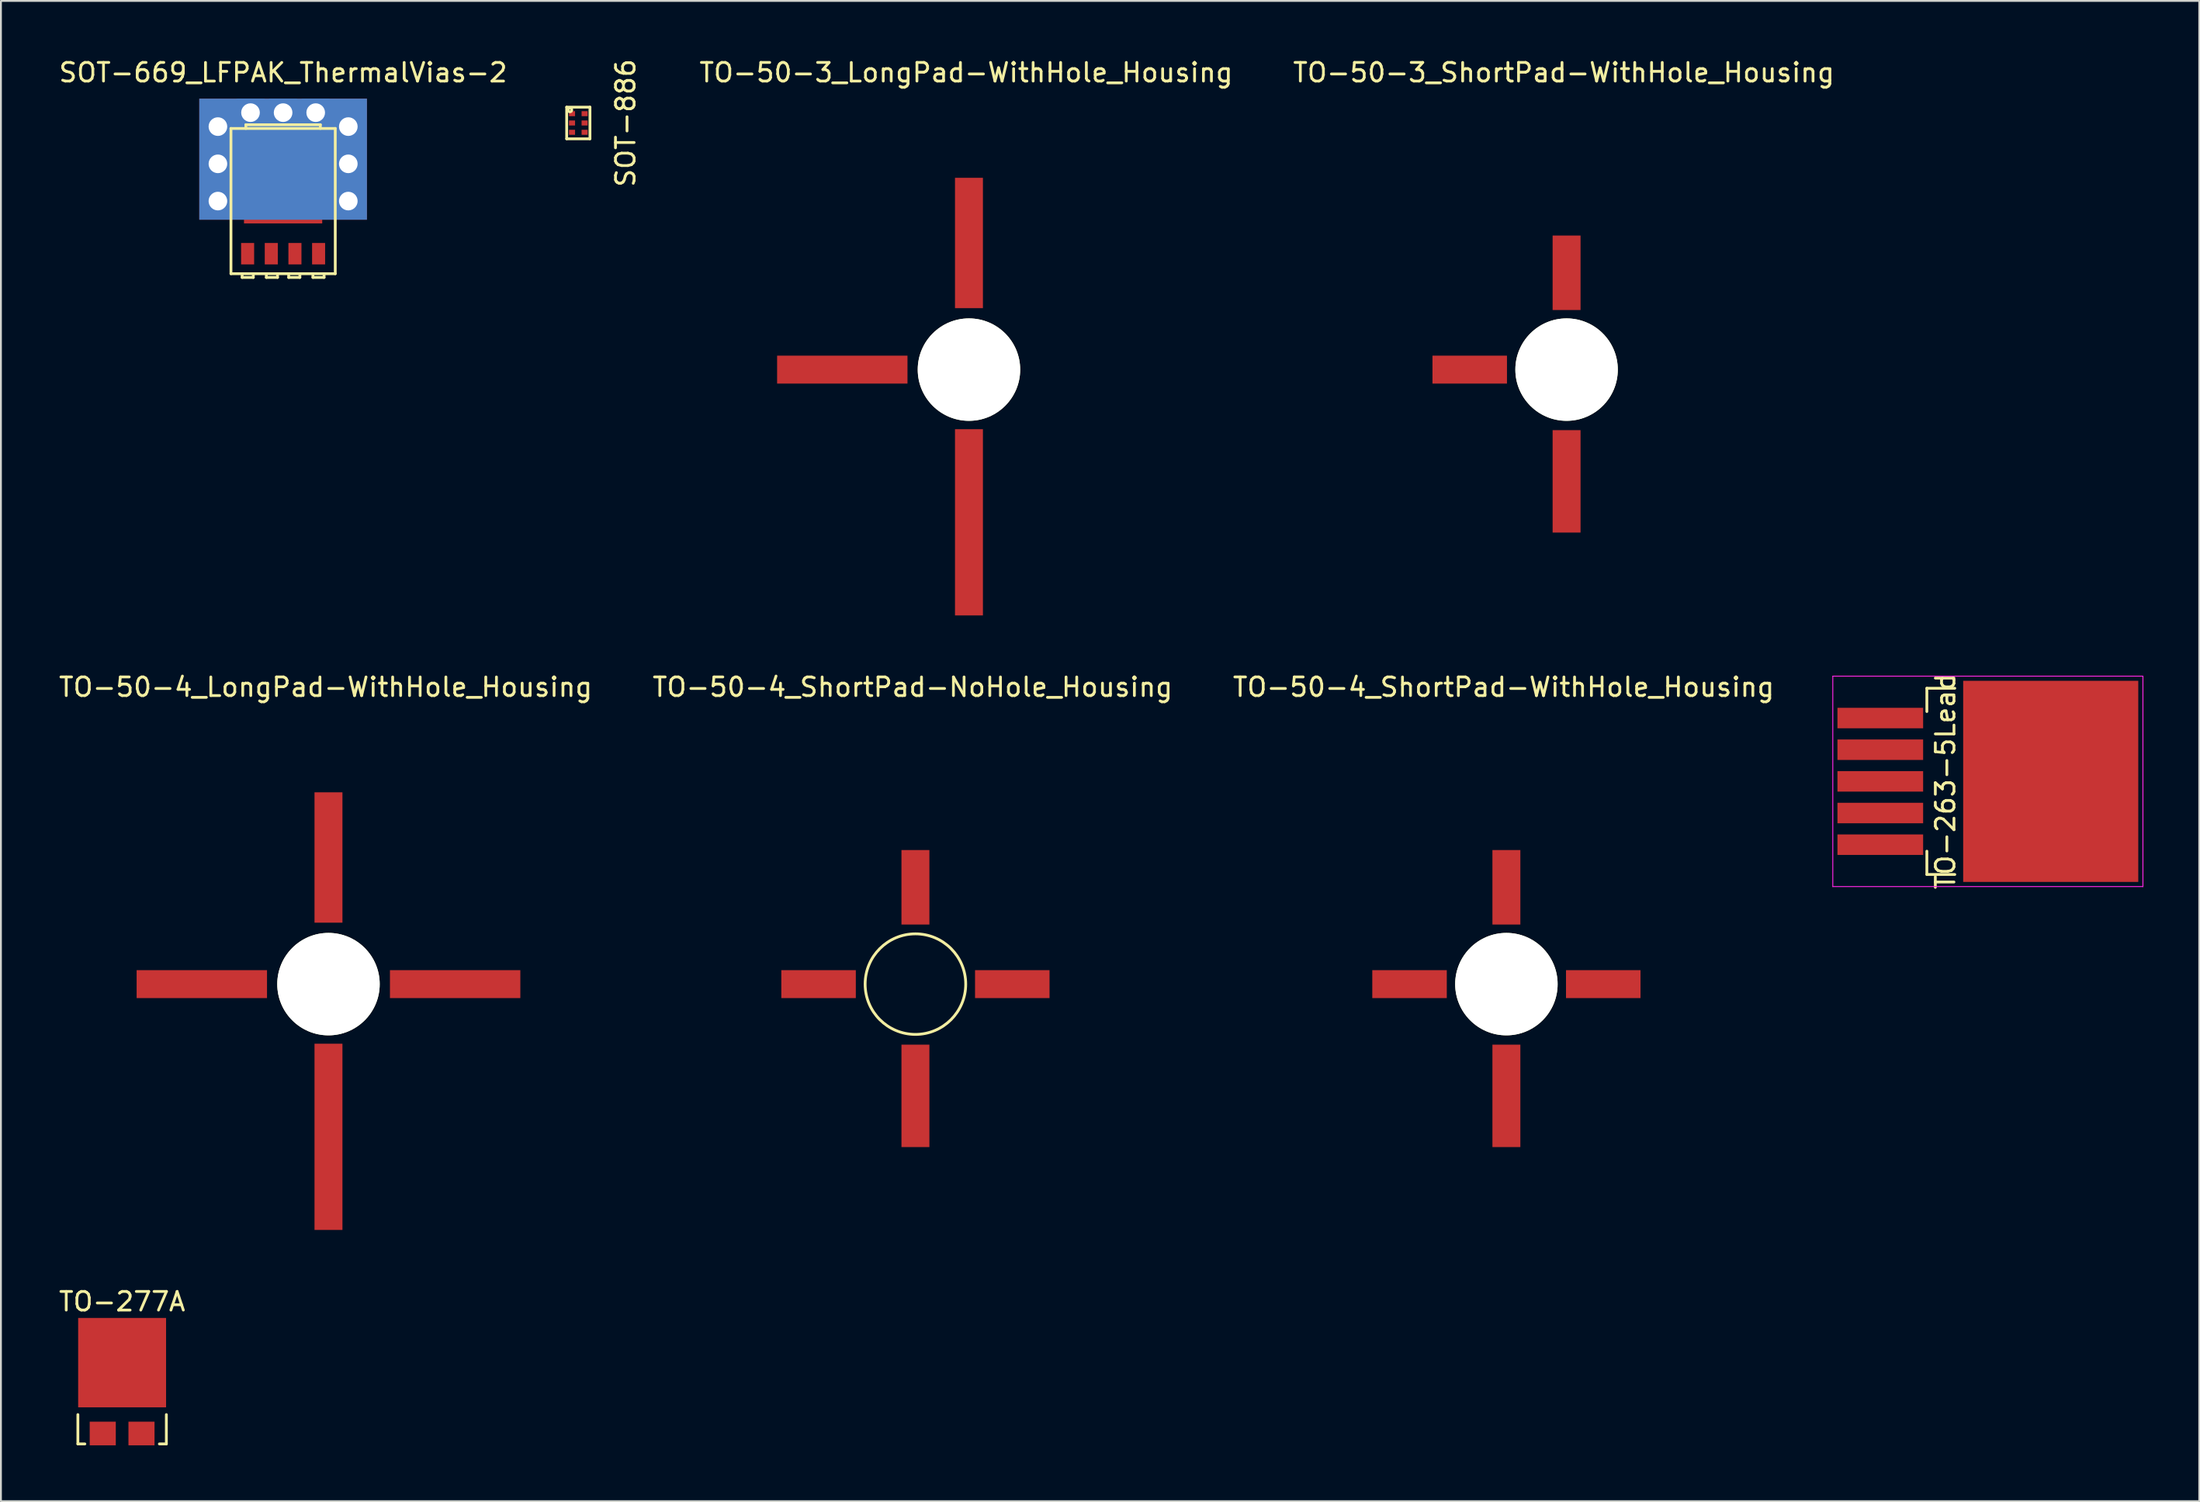
<source format=kicad_pcb>
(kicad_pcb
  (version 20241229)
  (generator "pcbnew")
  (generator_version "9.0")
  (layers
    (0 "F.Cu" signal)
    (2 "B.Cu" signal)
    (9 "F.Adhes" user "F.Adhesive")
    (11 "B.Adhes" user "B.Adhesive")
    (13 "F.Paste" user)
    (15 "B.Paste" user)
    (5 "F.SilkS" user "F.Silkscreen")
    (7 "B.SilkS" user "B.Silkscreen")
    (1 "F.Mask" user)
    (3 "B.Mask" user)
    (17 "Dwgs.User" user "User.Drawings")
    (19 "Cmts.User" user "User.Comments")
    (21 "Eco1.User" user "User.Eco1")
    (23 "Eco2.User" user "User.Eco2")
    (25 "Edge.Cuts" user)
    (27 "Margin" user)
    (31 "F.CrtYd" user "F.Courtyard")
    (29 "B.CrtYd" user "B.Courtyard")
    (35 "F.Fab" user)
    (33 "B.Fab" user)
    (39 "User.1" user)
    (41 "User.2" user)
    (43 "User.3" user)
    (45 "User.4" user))
  (footprint "TO-50-3_LongPad-WithHole_Housing"
    (layer "F.Cu")
    (at 48.97 16.798)
    (property "Reference" "TO-50-3_LongPad-WithHole_Housing" (at -0.15 -15.95 0) (layer "F.SilkS") (effects (font (size 1 1) (thickness 0.15))))
    (attr smd)
    (pad "" np_thru_hole circle (at 0 0) (size 5.5 5.5) (drill 5.5) (layers "*.Cu" "*.Mask" "F.SilkS"))
    (pad "1" smd rect (at 0 -6.8) (size 1.5 7) (layers "F.Cu" "F.Mask" "F.Paste"))
    (pad "2" smd rect (at -6.8 0) (size 7 1.5) (layers "F.Cu" "F.Mask" "F.Paste"))
    (pad "3" smd rect (at 0 8.2) (size 1.5 10) (layers "F.Cu" "F.Mask" "F.Paste")))
  (footprint "TO-50-3_ShortPad-WithHole_Housing"
    (layer "F.Cu")
    (at 81.054 16.798)
    (property "Reference" "TO-50-3_ShortPad-WithHole_Housing" (at -0.15 -15.95 0) (layer "F.SilkS") (effects (font (size 1 1) (thickness 0.15))))
    (attr smd)
    (pad "" np_thru_hole circle (at 0 0) (size 5.5 5.5) (drill 5.5) (layers "*.Cu" "*.Mask" "F.SilkS"))
    (pad "1" smd rect (at 0 -5.2) (size 1.5 4) (layers "F.Cu" "F.Mask" "F.Paste"))
    (pad "2" smd rect (at -5.2 0) (size 4 1.5) (layers "F.Cu" "F.Mask" "F.Paste"))
    (pad "3" smd rect (at 0 6) (size 1.5 5.5) (layers "F.Cu" "F.Mask" "F.Paste")))
  (footprint "SOT-669_LFPAK_ThermalVias-2"
    (layer "F.Cu")
    (at 12.149 7.748)
    (property "Reference" "SOT-669_LFPAK_ThermalVias-2" (at 0 -6.9 0) (layer "F.SilkS") (effects (font (size 1 1) (thickness 0.15))))
    (attr smd)
    (fp_line (start -2.8 -3.9) (end 2.8 -3.9) (stroke (width 0.15) (type solid)) (layer "F.SilkS"))
    (fp_line (start -2.8 3.9) (end -2.8 -3.9) (stroke (width 0.15) (type solid)) (layer "F.SilkS"))
    (fp_line (start -2.2 3.9) (end -2.2 4.1) (stroke (width 0.15) (type solid)) (layer "F.SilkS"))
    (fp_line (start -2.2 4.1) (end -1.6 4.1) (stroke (width 0.15) (type solid)) (layer "F.SilkS"))
    (fp_line (start -2 -4.1) (end 2 -4.1) (stroke (width 0.15) (type solid)) (layer "F.SilkS"))
    (fp_line (start -2 -3.9) (end -2 -4.1) (stroke (width 0.15) (type solid)) (layer "F.SilkS"))
    (fp_line (start -1.6 4.1) (end -1.6 3.9) (stroke (width 0.15) (type solid)) (layer "F.SilkS"))
    (fp_line (start -0.9 3.9) (end -0.9 4.1) (stroke (width 0.15) (type solid)) (layer "F.SilkS"))
    (fp_line (start -0.9 4.1) (end -0.3 4.1) (stroke (width 0.15) (type solid)) (layer "F.SilkS"))
    (fp_line (start -0.3 4.1) (end -0.3 3.9) (stroke (width 0.15) (type solid)) (layer "F.SilkS"))
    (fp_line (start 0.3 3.9) (end 0.3 4.1) (stroke (width 0.15) (type solid)) (layer "F.SilkS"))
    (fp_line (start 0.3 4.1) (end 0.9 4.1) (stroke (width 0.15) (type solid)) (layer "F.SilkS"))
    (fp_line (start 0.9 4.1) (end 0.9 3.9) (stroke (width 0.15) (type solid)) (layer "F.SilkS"))
    (fp_line (start 1.6 3.9) (end 1.6 4.1) (stroke (width 0.15) (type solid)) (layer "F.SilkS"))
    (fp_line (start 1.6 4.1) (end 2.2 4.1) (stroke (width 0.15) (type solid)) (layer "F.SilkS"))
    (fp_line (start 2 -4.1) (end 2 -3.9) (stroke (width 0.15) (type solid)) (layer "F.SilkS"))
    (fp_line (start 2.2 4.1) (end 2.2 3.9) (stroke (width 0.15) (type solid)) (layer "F.SilkS"))
    (fp_line (start 2.8 -3.9) (end 2.8 3.9) (stroke (width 0.15) (type solid)) (layer "F.SilkS"))
    (fp_line (start 2.8 3.9) (end -2.8 3.9) (stroke (width 0.15) (type solid)) (layer "F.SilkS"))
    (pad "" smd rect (at -1.875 -2.9) (size 0.6 0.9) (layers "F.Paste"))
    (pad "" smd rect (at -1.15 -1.05 90) (size 0.6 0.9) (layers "F.Paste"))
    (pad "" smd rect (at -1.15 -0.2 90) (size 0.6 0.9) (layers "F.Paste"))
    (pad "" smd rect (at -1.15 0.65 90) (size 0.6 0.9) (layers "F.Paste"))
    (pad "" smd rect (at -0.6 -2.9) (size 0.6 0.9) (layers "F.Paste"))
    (pad "" smd rect (at 0 -1.05 90) (size 0.6 0.9) (layers "F.Paste"))
    (pad "" smd rect (at 0 -0.2 90) (size 0.6 0.9) (layers "F.Paste"))
    (pad "" smd rect (at 0 0.65 90) (size 0.6 0.9) (layers "F.Paste"))
    (pad "" smd rect (at 0.6 -2.9) (size 0.6 0.9) (layers "F.Paste"))
    (pad "" smd rect (at 1.15 -1.05 90) (size 0.6 0.9) (layers "F.Paste"))
    (pad "" smd rect (at 1.15 -0.2 90) (size 0.6 0.9) (layers "F.Paste"))
    (pad "" smd rect (at 1.15 0.65 90) (size 0.6 0.9) (layers "F.Paste"))
    (pad "" smd rect (at 1.875 -2.9) (size 0.6 0.9) (layers "F.Paste"))
    (pad "1" smd rect (at -1.905 2.825) (size 0.7 1.15) (layers "F.Cu" "F.Mask" "F.Paste"))
    (pad "2" smd rect (at -0.635 2.825) (size 0.7 1.15) (layers "F.Cu" "F.Mask" "F.Paste"))
    (pad "3" smd rect (at 0.635 2.825) (size 0.7 1.15) (layers "F.Cu" "F.Mask" "F.Paste"))
    (pad "4" smd rect (at 1.905 2.825) (size 0.7 1.15) (layers "F.Cu" "F.Mask" "F.Paste"))
    (pad "5" thru_hole rect (at -3.5 -4) (size 1.5 1.5) (drill 1) (layers "*.Cu"))
    (pad "5" thru_hole rect (at -3.5 -2) (size 1.5 1.5) (drill 1) (layers "*.Cu"))
    (pad "5" thru_hole rect (at -3.5 0) (size 1.5 1.5) (drill 1) (layers "*.Cu"))
    (pad "5" thru_hole rect (at -1.75 -4.75) (size 1.5 1.5) (drill 1) (layers "*.Cu"))
    (pad "5" thru_hole rect (at 0 -4.75) (size 1.5 1.5) (drill 1) (layers "*.Cu"))
    (pad "5" smd rect (at 0 -2.65) (size 4.7 1.55) (layers "F.Cu" "F.Mask"))
    (pad "5" smd rect (at 0 -2.25) (size 9 6.5) (layers "F.Cu"))
    (pad "5" smd rect (at 0 -2.25) (size 9 6.5) (layers "B.Cu"))
    (pad "5" smd rect (at 0 -0.45) (size 4.2 3.3) (layers "F.Cu" "F.Mask"))
    (pad "5" thru_hole rect (at 1.75 -4.75) (size 1.5 1.5) (drill 1) (layers "*.Cu"))
    (pad "5" thru_hole rect (at 3.5 -4) (size 1.5 1.5) (drill 1) (layers "*.Cu"))
    (pad "5" thru_hole rect (at 3.5 -2) (size 1.5 1.5) (drill 1) (layers "*.Cu"))
    (pad "5" thru_hole rect (at 3.5 0) (size 1.5 1.5) (drill 1) (layers "*.Cu")))
  (footprint "SOT-886"
    (layer "F.Cu")
    (at 27.998 3.554)
    (property "Reference" "SOT-886" (at 2.54 0 90) (layer "F.SilkS") (effects (font (size 1 1) (thickness 0.15))))
    (attr smd)
    (fp_line (start -0.625 -0.85) (end 0.625 -0.85) (stroke (width 0.15) (type solid)) (layer "F.SilkS"))
    (fp_line (start -0.625 0.85) (end -0.625 -0.85) (stroke (width 0.15) (type solid)) (layer "F.SilkS"))
    (fp_line (start 0.625 -0.85) (end 0.625 0.85) (stroke (width 0.15) (type solid)) (layer "F.SilkS"))
    (fp_line (start 0.625 0.85) (end -0.625 0.85) (stroke (width 0.15) (type solid)) (layer "F.SilkS"))
    (fp_circle (center -0.45 -0.7) (end -0.35 -0.7) (stroke (width 0.15) (type solid)) (fill no) (layer "F.SilkS"))
    (pad "1" smd rect (at -0.338 -0.5) (size 0.325 0.27) (layers "F.Cu" "F.Mask" "F.Paste"))
    (pad "2" smd rect (at -0.338 0) (size 0.325 0.27) (layers "F.Cu" "F.Mask" "F.Paste"))
    (pad "3" smd rect (at -0.338 0.5) (size 0.325 0.27) (layers "F.Cu" "F.Mask" "F.Paste"))
    (pad "4" smd rect (at 0.338 0.5) (size 0.325 0.27) (layers "F.Cu" "F.Mask" "F.Paste"))
    (pad "5" smd rect (at 0.338 0) (size 0.325 0.27) (layers "F.Cu" "F.Mask" "F.Paste"))
    (pad "6" smd rect (at 0.338 -0.5) (size 0.325 0.27) (layers "F.Cu" "F.Mask" "F.Paste")))
  (footprint "TO-50-4_ShortPad-WithHole_Housing"
    (layer "F.Cu")
    (at 77.823 49.797)
    (property "Reference" "TO-50-4_ShortPad-WithHole_Housing" (at -0.15 -15.95 0) (layer "F.SilkS") (effects (font (size 1 1) (thickness 0.15))))
    (attr smd)
    (pad "" np_thru_hole circle (at 0 0) (size 5.5 5.5) (drill 5.5) (layers "*.Cu" "*.Mask" "F.SilkS"))
    (pad "1" smd rect (at 0 -5.2) (size 1.5 4) (layers "F.Cu" "F.Mask" "F.Paste"))
    (pad "2" smd rect (at -5.2 0) (size 4 1.5) (layers "F.Cu" "F.Mask" "F.Paste"))
    (pad "3" smd rect (at 0 6) (size 1.5 5.5) (layers "F.Cu" "F.Mask" "F.Paste"))
    (pad "4" smd rect (at 5.2 0) (size 4 1.5) (layers "F.Cu" "F.Mask" "F.Paste")))
  (footprint "TO-277A"
    (layer "F.Cu")
    (at 3.506 71.163)
    (property "Reference" "TO-277A" (at 0 -4.318 0) (layer "F.SilkS") (effects (font (size 1 1) (thickness 0.15))))
    (attr through_hole)
    (fp_line (start -2.375 1.75) (end -2.375 3.325) (stroke (width 0.15) (type solid)) (layer "F.SilkS"))
    (fp_line (start -2.375 3.325) (end -2 3.325) (stroke (width 0.15) (type solid)) (layer "F.SilkS"))
    (fp_line (start 2 3.325) (end 2.375 3.325) (stroke (width 0.15) (type solid)) (layer "F.SilkS"))
    (fp_line (start 2.375 1.75) (end 2.375 3.325) (stroke (width 0.15) (type solid)) (layer "F.SilkS"))
    (pad "1" smd rect (at 1.04 2.765) (size 1.4 1.27) (layers "F.Cu" "F.Mask" "F.Paste"))
    (pad "2" smd rect (at -1.04 2.765) (size 1.4 1.27) (layers "F.Cu" "F.Mask" "F.Paste"))
    (pad "3" smd rect (at 0 -1.04) (size 4.72 4.8) (layers "F.Cu" "F.Mask" "F.Paste")))
  (footprint "TO-50-4_LongPad-WithHole_Housing"
    (layer "F.Cu")
    (at 14.585 49.797)
    (property "Reference" "TO-50-4_LongPad-WithHole_Housing" (at -0.15 -15.95 0) (layer "F.SilkS") (effects (font (size 1 1) (thickness 0.15))))
    (attr smd)
    (pad "" np_thru_hole circle (at 0 0) (size 5.5 5.5) (drill 5.5) (layers "*.Cu" "*.Mask" "F.SilkS"))
    (pad "1" smd rect (at 0 -6.8) (size 1.5 7) (layers "F.Cu" "F.Mask" "F.Paste"))
    (pad "2" smd rect (at -6.8 0) (size 7 1.5) (layers "F.Cu" "F.Mask" "F.Paste"))
    (pad "3" smd rect (at 0 8.2) (size 1.5 10) (layers "F.Cu" "F.Mask" "F.Paste"))
    (pad "4" smd rect (at 6.8 0) (size 7 1.5) (layers "F.Cu" "F.Mask" "F.Paste")))
  (footprint "TO-263-5Lead"
    (layer "F.Cu")
    (at 97.896 38.909)
    (property "Reference" "TO-263-5Lead" (at 3.5 0 90) (layer "F.SilkS") (effects (font (size 1 1) (thickness 0.15))))
    (attr smd)
    (fp_line (start 2.5 -5) (end 2.5 -3.75) (stroke (width 0.15) (type solid)) (layer "F.SilkS"))
    (fp_line (start 2.5 -5) (end 4 -5) (stroke (width 0.15) (type solid)) (layer "F.SilkS"))
    (fp_line (start 2.5 5) (end 2.5 3.75) (stroke (width 0.15) (type solid)) (layer "F.SilkS"))
    (fp_line (start 2.5 5) (end 4 5) (stroke (width 0.15) (type solid)) (layer "F.SilkS"))
    (fp_line (start -2.55 -5.65) (end -2.55 5.65) (stroke (width 0.05) (type solid)) (layer "F.CrtYd"))
    (fp_line (start 14.1 -5.65) (end -2.55 -5.65) (stroke (width 0.05) (type solid)) (layer "F.CrtYd"))
    (fp_line (start 14.1 -5.65) (end 14.1 5.65) (stroke (width 0.05) (type solid)) (layer "F.CrtYd"))
    (fp_line (start 14.1 5.65) (end -2.55 5.65) (stroke (width 0.05) (type solid)) (layer "F.CrtYd"))
    (pad "1" smd rect (at 0 -3.4) (size 4.6 1.1) (layers "F.Cu" "F.Mask" "F.Paste"))
    (pad "2" smd rect (at 0 -1.7) (size 4.6 1.1) (layers "F.Cu" "F.Mask" "F.Paste"))
    (pad "3" smd rect (at 0 0) (size 4.6 1.1) (layers "F.Cu" "F.Mask" "F.Paste"))
    (pad "3" smd rect (at 9.15 0) (size 9.4 10.8) (layers "F.Cu" "F.Mask" "F.Paste"))
    (pad "4" smd rect (at 0 1.7) (size 4.6 1.1) (layers "F.Cu" "F.Mask" "F.Paste"))
    (pad "5" smd rect (at 0 3.4) (size 4.6 1.1) (layers "F.Cu" "F.Mask" "F.Paste")))
  (footprint "TO-50-4_ShortPad-NoHole_Housing"
    (layer "F.Cu")
    (at 46.096 49.797)
    (property "Reference" "TO-50-4_ShortPad-NoHole_Housing" (at -0.15 -15.95 0) (layer "F.SilkS") (effects (font (size 1 1) (thickness 0.15))))
    (attr smd)
    (fp_circle (center 0 0) (end 2.7 0) (stroke (width 0.15) (type solid)) (fill no) (layer "F.SilkS"))
    (pad "1" smd rect (at 0 -5.2) (size 1.5 4) (layers "F.Cu" "F.Mask" "F.Paste"))
    (pad "2" smd rect (at -5.2 0) (size 4 1.5) (layers "F.Cu" "F.Mask" "F.Paste"))
    (pad "3" smd rect (at 0 6) (size 1.5 5.5) (layers "F.Cu" "F.Mask" "F.Paste"))
    (pad "4" smd rect (at 5.2 0) (size 4 1.5) (layers "F.Cu" "F.Mask" "F.Paste")))
  (gr_rect
    (start -3 -3)
    (end 115.021 77.563)
    (stroke (width 0.1) (type default))
    (fill no)
    (layer "Edge.Cuts")))
</source>
